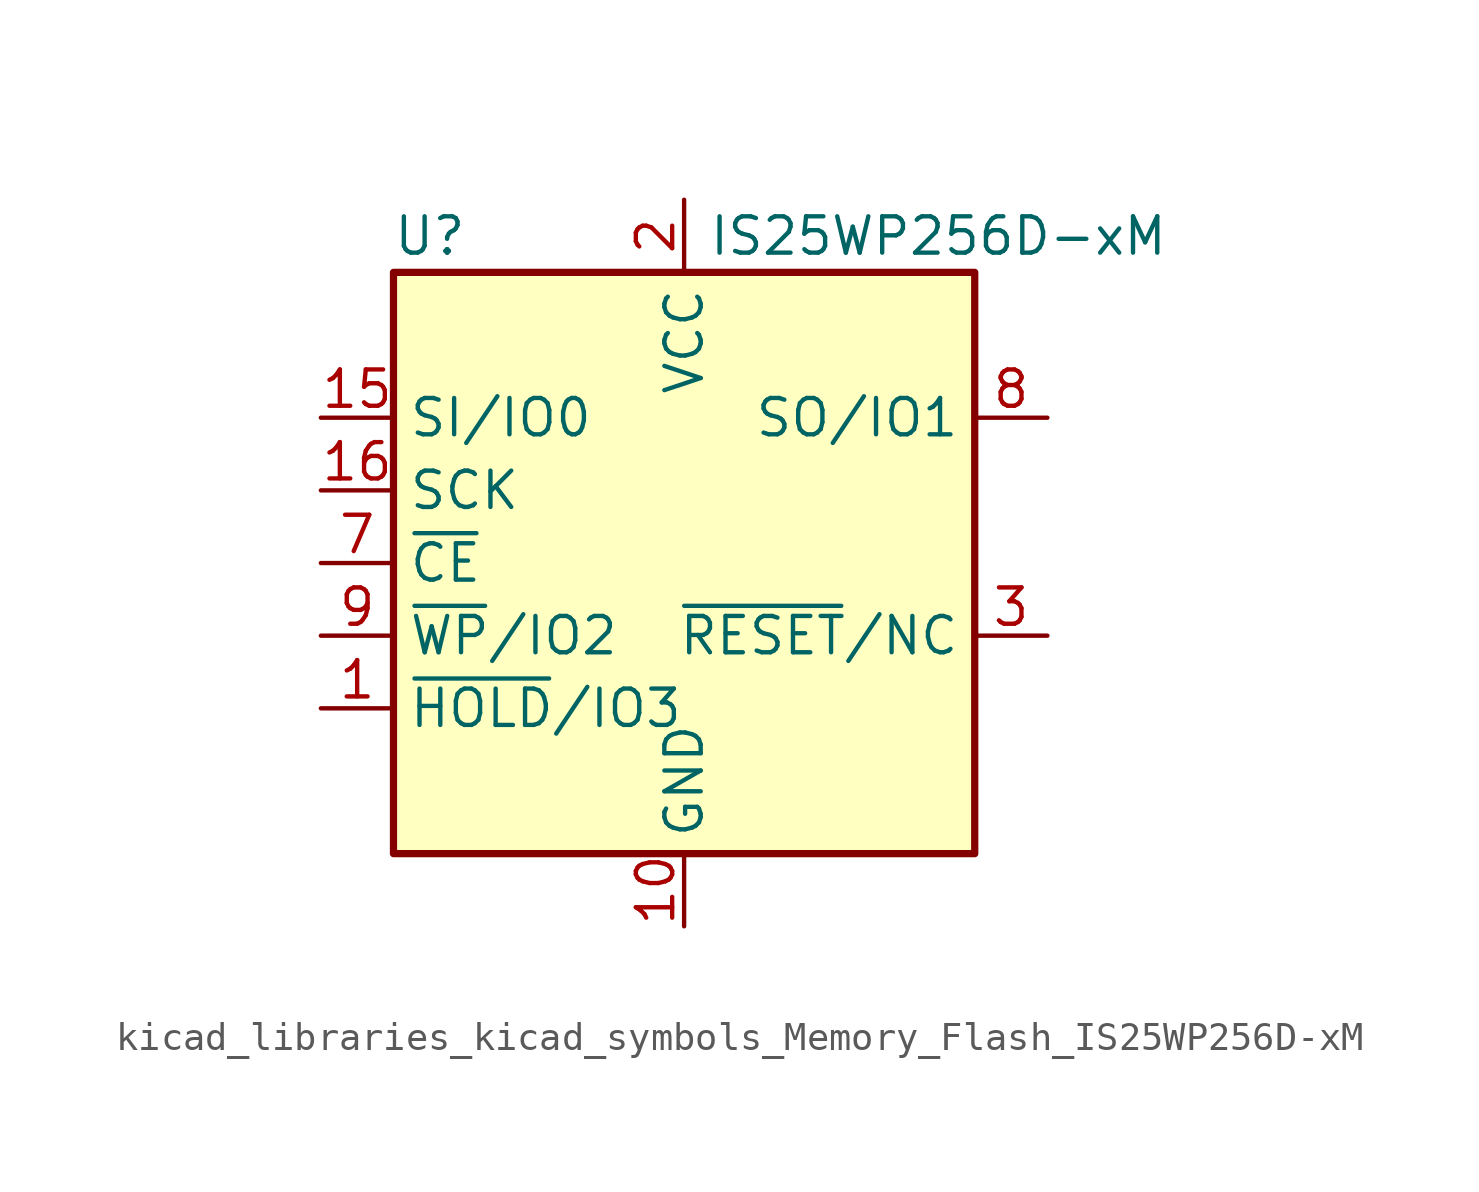
<source format=kicad_sym>
(kicad_symbol_lib
  (version 20220914)
  (generator kicad_symbol_editor)
  (symbol "kicad_libraries_kicad_symbols_Memory_Flash_IS25WP256D-xM"
    (property "Reference" "U"
      (at -8.89 11.43 0)
      (effects (font (size 1.27 1.27))))
    (property "Value" "IS25WP256D-xM"
      (at 8.89 11.43 0)
      (effects (font (size 1.27 1.27))))
    (symbol "kicad_libraries_kicad_symbols_Memory_Flash_IS25WP256D-xM_0_1"
      (rectangle (start 10.16 -10.16) (end -10.16 10.16) (stroke (width 0.254) (type default)) (fill (type background)))
      (pin bidirectional line (at -12.7 -5.08 0) (length 2.54) (name "~{HOLD}/IO3" (effects (font (size 1.27 1.27)))) (number "1" (effects (font (size 1.27 1.27)))))
      (pin power_in line (at 0 -12.7 90) (length 2.54) (name "GND" (effects (font (size 1.27 1.27)))) (number "10" (effects (font (size 1.27 1.27)))))
      (pin no_connect line (at 10.16 0 180) (length 2.54) hide (name "NC" (effects (font (size 1.27 1.27)))) (number "11" (effects (font (size 1.27 1.27)))))
      (pin no_connect line (at 10.16 -5.08 180) (length 2.54) hide (name "NC" (effects (font (size 1.27 1.27)))) (number "12" (effects (font (size 1.27 1.27)))))
      (pin no_connect line (at 10.16 7.62 180) (length 2.54) hide (name "NC" (effects (font (size 1.27 1.27)))) (number "13" (effects (font (size 1.27 1.27)))))
      (pin no_connect line (at 10.16 -7.62 180) (length 2.54) hide (name "NC" (effects (font (size 1.27 1.27)))) (number "14" (effects (font (size 1.27 1.27)))))
      (pin bidirectional line (at -12.7 5.08 0) (length 2.54) (name "SI/IO0" (effects (font (size 1.27 1.27)))) (number "15" (effects (font (size 1.27 1.27)))))
      (pin input line (at -12.7 2.54 0) (length 2.54) (name "SCK" (effects (font (size 1.27 1.27)))) (number "16" (effects (font (size 1.27 1.27)))))
      (pin power_in line (at 0 12.7 270) (length 2.54) (name "VCC" (effects (font (size 1.27 1.27)))) (number "2" (effects (font (size 1.27 1.27)))))
      (pin input line (at 12.7 -2.54 180) (length 2.54) (name "~{RESET}/NC" (effects (font (size 1.27 1.27)))) (number "3" (effects (font (size 1.27 1.27)))))
      (pin no_connect line (at -10.16 7.62 0) (length 2.54) hide (name "NC" (effects (font (size 1.27 1.27)))) (number "4" (effects (font (size 1.27 1.27)))))
      (pin no_connect line (at -10.16 -7.62 0) (length 2.54) hide (name "NC" (effects (font (size 1.27 1.27)))) (number "5" (effects (font (size 1.27 1.27)))))
      (pin no_connect line (at 10.16 2.54 180) (length 2.54) hide (name "NC" (effects (font (size 1.27 1.27)))) (number "6" (effects (font (size 1.27 1.27)))))
      (pin input line (at -12.7 0 0) (length 2.54) (name "~{CE}" (effects (font (size 1.27 1.27)))) (number "7" (effects (font (size 1.27 1.27)))))
      (pin bidirectional line (at 12.7 5.08 180) (length 2.54) (name "SO/IO1" (effects (font (size 1.27 1.27)))) (number "8" (effects (font (size 1.27 1.27)))))
      (pin bidirectional line (at -12.7 -2.54 0) (length 2.54) (name "~{WP}/IO2" (effects (font (size 1.27 1.27)))) (number "9" (effects (font (size 1.27 1.27))))))))
</source>
